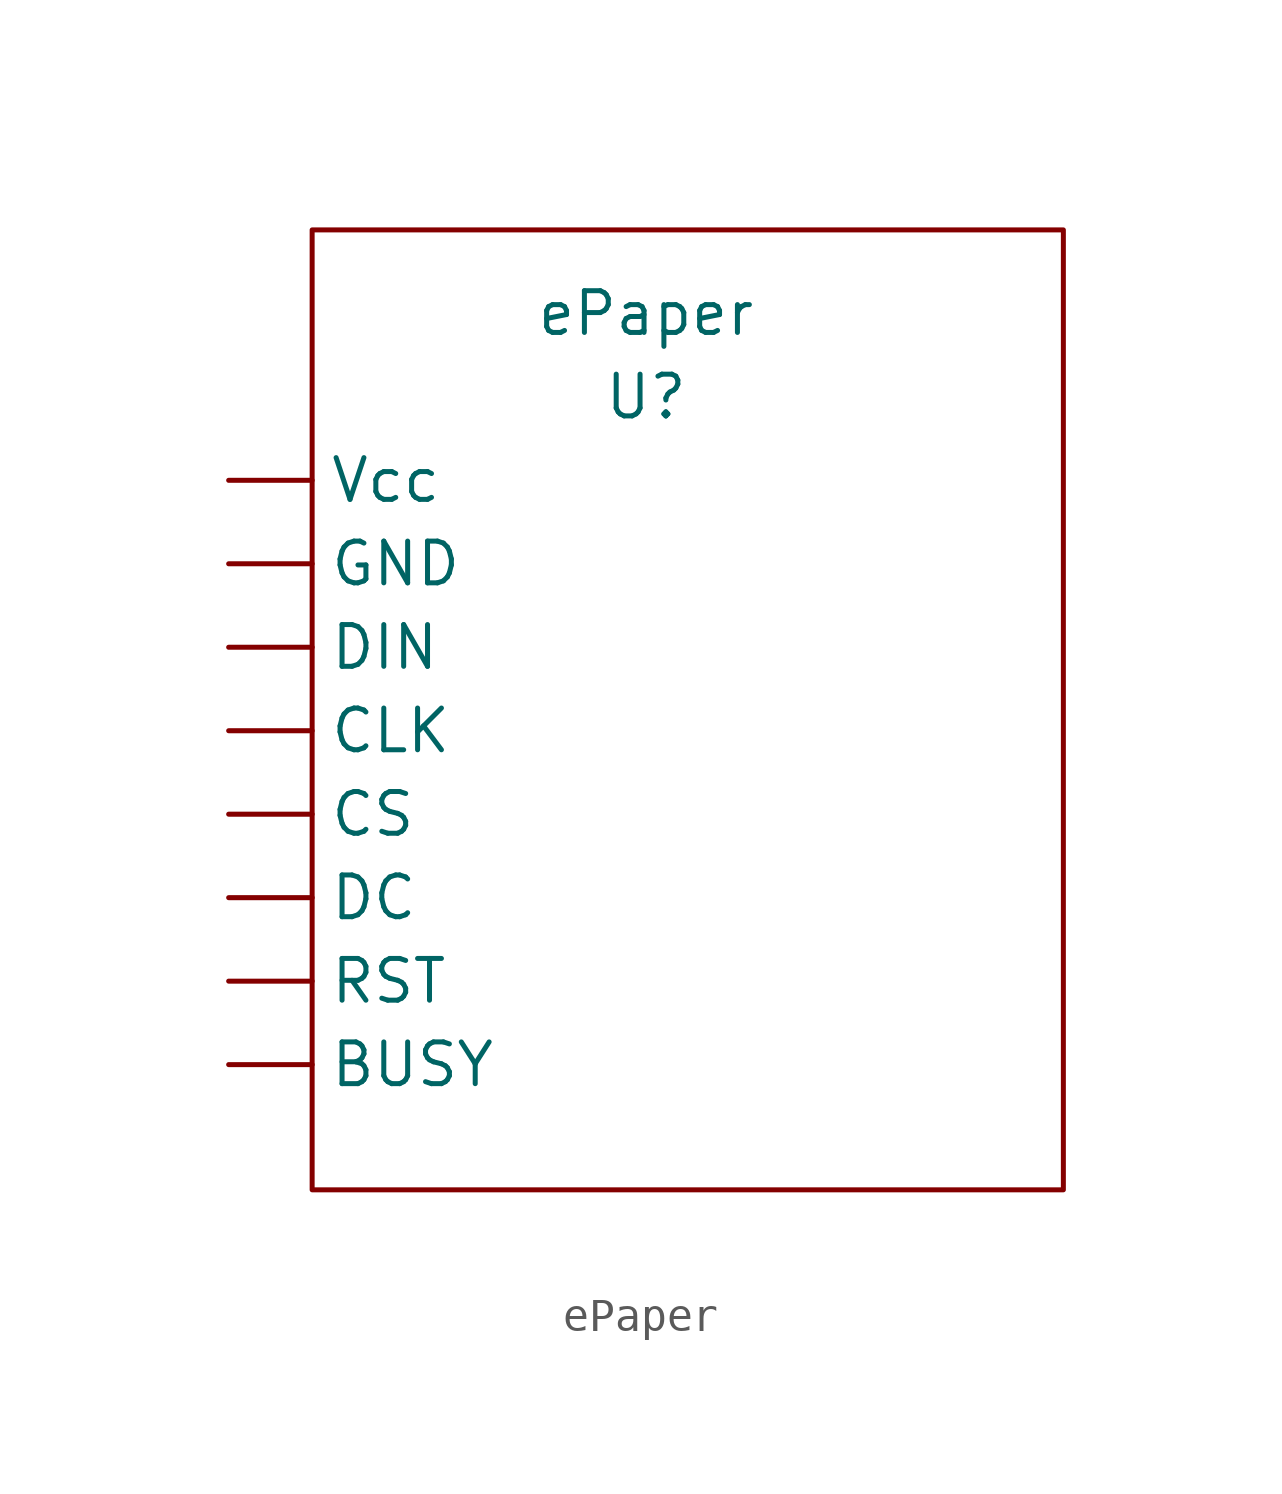
<source format=kicad_sym>
(kicad_symbol_lib
  (version 20211014)
  (generator kicad_symbol_editor)
  (symbol "ePaper"
    (property "Reference" "U"
      (at -2.54 11.43 0)
      (effects (font (size 1.27 1.27))))
    (property "Value" "ePaper"
      (at -2.54 13.97 0)
      (effects (font (size 1.27 1.27))))
    (symbol "ePaper_0_1"
      (rectangle (start -12.7 16.51) (end 10.16 -12.7) (stroke (width 0.152) (type default) (color 0 0 0 0)) (fill (type none))))
    (symbol "ePaper_1_1"
      (pin input line (at -15.24 -8.89 0) (length 2.54) (name "BUSY" (effects (font (size 1.27 1.27)))) (number "" (effects (font (size 1.27 1.27)))))
      (pin input line (at -15.24 1.27 0) (length 2.54) (name "CLK" (effects (font (size 1.27 1.27)))) (number "" (effects (font (size 1.27 1.27)))))
      (pin input line (at -15.24 -1.27 0) (length 2.54) (name "CS" (effects (font (size 1.27 1.27)))) (number "" (effects (font (size 1.27 1.27)))))
      (pin input line (at -15.24 -3.81 0) (length 2.54) (name "DC" (effects (font (size 1.27 1.27)))) (number "" (effects (font (size 1.27 1.27)))))
      (pin input line (at -15.24 3.81 0) (length 2.54) (name "DIN" (effects (font (size 1.27 1.27)))) (number "" (effects (font (size 1.27 1.27)))))
      (pin input line (at -15.24 6.35 0) (length 2.54) (name "GND" (effects (font (size 1.27 1.27)))) (number "" (effects (font (size 1.27 1.27)))))
      (pin input line (at -15.24 -6.35 0) (length 2.54) (name "RST" (effects (font (size 1.27 1.27)))) (number "" (effects (font (size 1.27 1.27)))))
      (pin input line (at -15.24 8.89 0) (length 2.54) (name "Vcc" (effects (font (size 1.27 1.27)))) (number "" (effects (font (size 1.27 1.27))))))))
</source>
